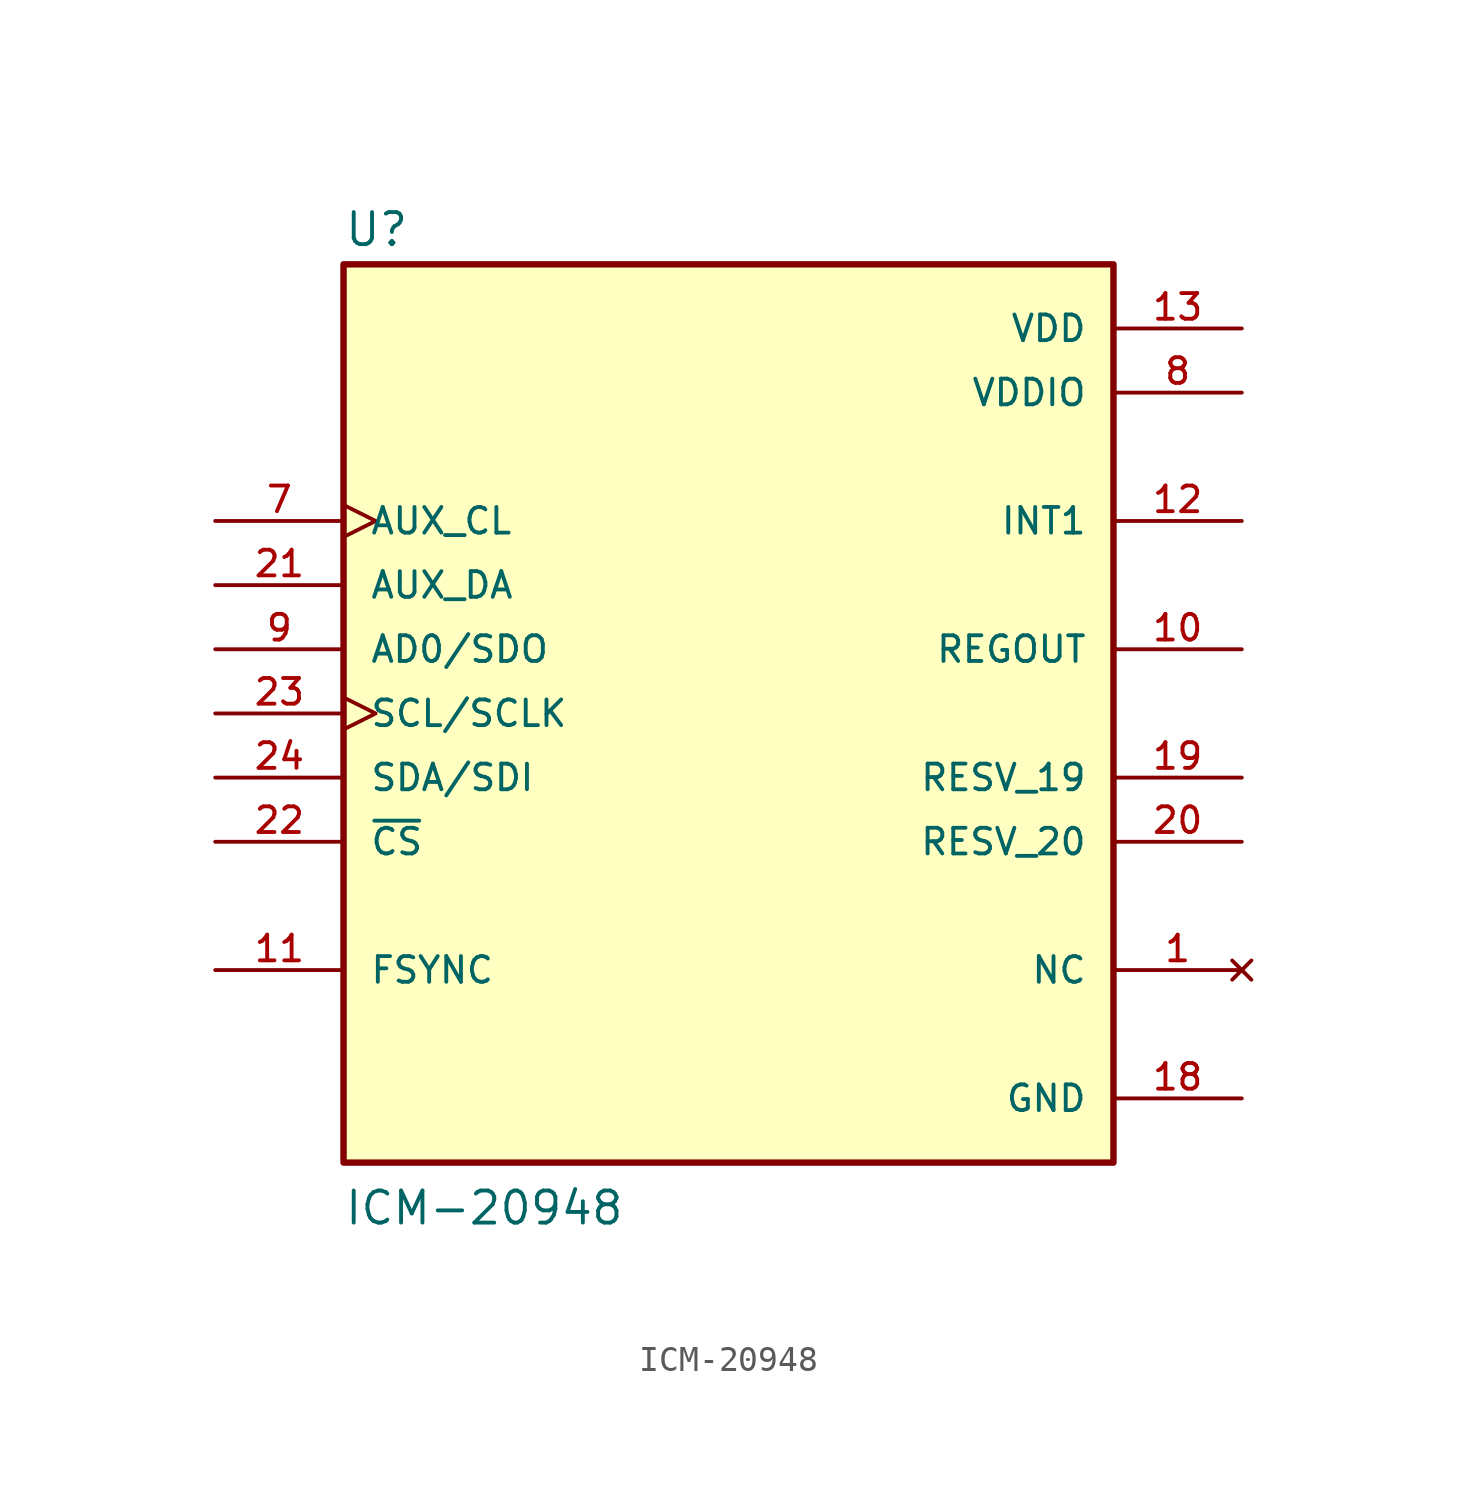
<source format=kicad_sym>
(kicad_symbol_lib
  (version 20211014)
  (generator kicad_symbol_editor)
  (symbol "ICM-20948"
    (pin_names
      (offset 1.016))
    (property "Reference" "U"
      (at -15.24 18.415 0)
      (effects (font (size 1.27 1.27)) (justify bottom left)))
    (property "Value" "ICM-20948"
      (at -15.24 -20.32 0)
      (effects (font (size 1.27 1.27)) (justify bottom left)))
    (symbol "ICM-20948_0_0"
      (rectangle (start -15.24 -17.78) (end 15.24 17.78) (stroke (width 0.254)) (fill (type background)))
      (pin input line (at -20.32 -10.16 0) (length 5.08) (name "FSYNC" (effects (font (size 1.016 1.016)))) (number "11" (effects (font (size 1.016 1.016)))))
      (pin power_in line (at 20.32 12.7 180.0) (length 5.08) (name "VDDIO" (effects (font (size 1.016 1.016)))) (number "8" (effects (font (size 1.016 1.016)))))
      (pin output line (at 20.32 7.62 180.0) (length 5.08) (name "INT1" (effects (font (size 1.016 1.016)))) (number "12" (effects (font (size 1.016 1.016)))))
      (pin bidirectional line (at -20.32 2.54 0) (length 5.08) (name "AD0/SDO" (effects (font (size 1.016 1.016)))) (number "9" (effects (font (size 1.016 1.016)))))
      (pin output line (at 20.32 2.54 180.0) (length 5.08) (name "REGOUT" (effects (font (size 1.016 1.016)))) (number "10" (effects (font (size 1.016 1.016)))))
      (pin power_in line (at 20.32 15.24 180.0) (length 5.08) (name "VDD" (effects (font (size 1.016 1.016)))) (number "13" (effects (font (size 1.016 1.016)))))
      (pin power_in line (at 20.32 -15.24 180.0) (length 5.08) (name "GND" (effects (font (size 1.016 1.016)))) (number "18" (effects (font (size 1.016 1.016)))))
      (pin passive line (at 20.32 -2.54 180.0) (length 5.08) (name "RESV_19" (effects (font (size 1.016 1.016)))) (number "19" (effects (font (size 1.016 1.016)))))
      (pin passive line (at 20.32 -5.08 180.0) (length 5.08) (name "RESV_20" (effects (font (size 1.016 1.016)))) (number "20" (effects (font (size 1.016 1.016)))))
      (pin bidirectional line (at -20.32 5.08 0) (length 5.08) (name "AUX_DA" (effects (font (size 1.016 1.016)))) (number "21" (effects (font (size 1.016 1.016)))))
      (pin input clock (at -20.32 0.0 0) (length 5.08) (name "SCL/SCLK" (effects (font (size 1.016 1.016)))) (number "23" (effects (font (size 1.016 1.016)))))
      (pin input line (at -20.32 -5.08 0) (length 5.08) (name "~{CS}" (effects (font (size 1.016 1.016)))) (number "22" (effects (font (size 1.016 1.016)))))
      (pin bidirectional line (at -20.32 -2.54 0) (length 5.08) (name "SDA/SDI" (effects (font (size 1.016 1.016)))) (number "24" (effects (font (size 1.016 1.016)))))
      (pin input clock (at -20.32 7.62 0) (length 5.08) (name "AUX_CL" (effects (font (size 1.016 1.016)))) (number "7" (effects (font (size 1.016 1.016)))))
      (pin no_connect line (at 20.32 -10.16 180.0) (length 5.08) (name "NC" (effects (font (size 1.016 1.016)))) (number "1" (effects (font (size 1.016 1.016)))))
      (pin no_connect line (at 20.32 -10.16 180.0) (length 5.08) hide (name "NC" (effects (font (size 1.016 1.016)))) (number "2" (effects (font (size 1.016 1.016)))))
      (pin no_connect line (at 20.32 -10.16 180.0) (length 5.08) hide (name "NC" (effects (font (size 1.016 1.016)))) (number "3" (effects (font (size 1.016 1.016)))))
      (pin no_connect line (at 20.32 -10.16 180.0) (length 5.08) hide (name "NC" (effects (font (size 1.016 1.016)))) (number "4" (effects (font (size 1.016 1.016)))))
      (pin no_connect line (at 20.32 -10.16 180.0) (length 5.08) hide (name "NC" (effects (font (size 1.016 1.016)))) (number "5" (effects (font (size 1.016 1.016)))))
      (pin no_connect line (at 20.32 -10.16 180.0) (length 5.08) hide (name "NC" (effects (font (size 1.016 1.016)))) (number "6" (effects (font (size 1.016 1.016)))))
      (pin no_connect line (at 20.32 -10.16 180.0) (length 5.08) hide (name "NC" (effects (font (size 1.016 1.016)))) (number "14" (effects (font (size 1.016 1.016)))))
      (pin no_connect line (at 20.32 -10.16 180.0) (length 5.08) hide (name "NC" (effects (font (size 1.016 1.016)))) (number "15" (effects (font (size 1.016 1.016)))))
      (pin no_connect line (at 20.32 -10.16 180.0) (length 5.08) hide (name "NC" (effects (font (size 1.016 1.016)))) (number "16" (effects (font (size 1.016 1.016)))))
      (pin no_connect line (at 20.32 -10.16 180.0) (length 5.08) hide (name "NC" (effects (font (size 1.016 1.016)))) (number "17" (effects (font (size 1.016 1.016))))))))
</source>
